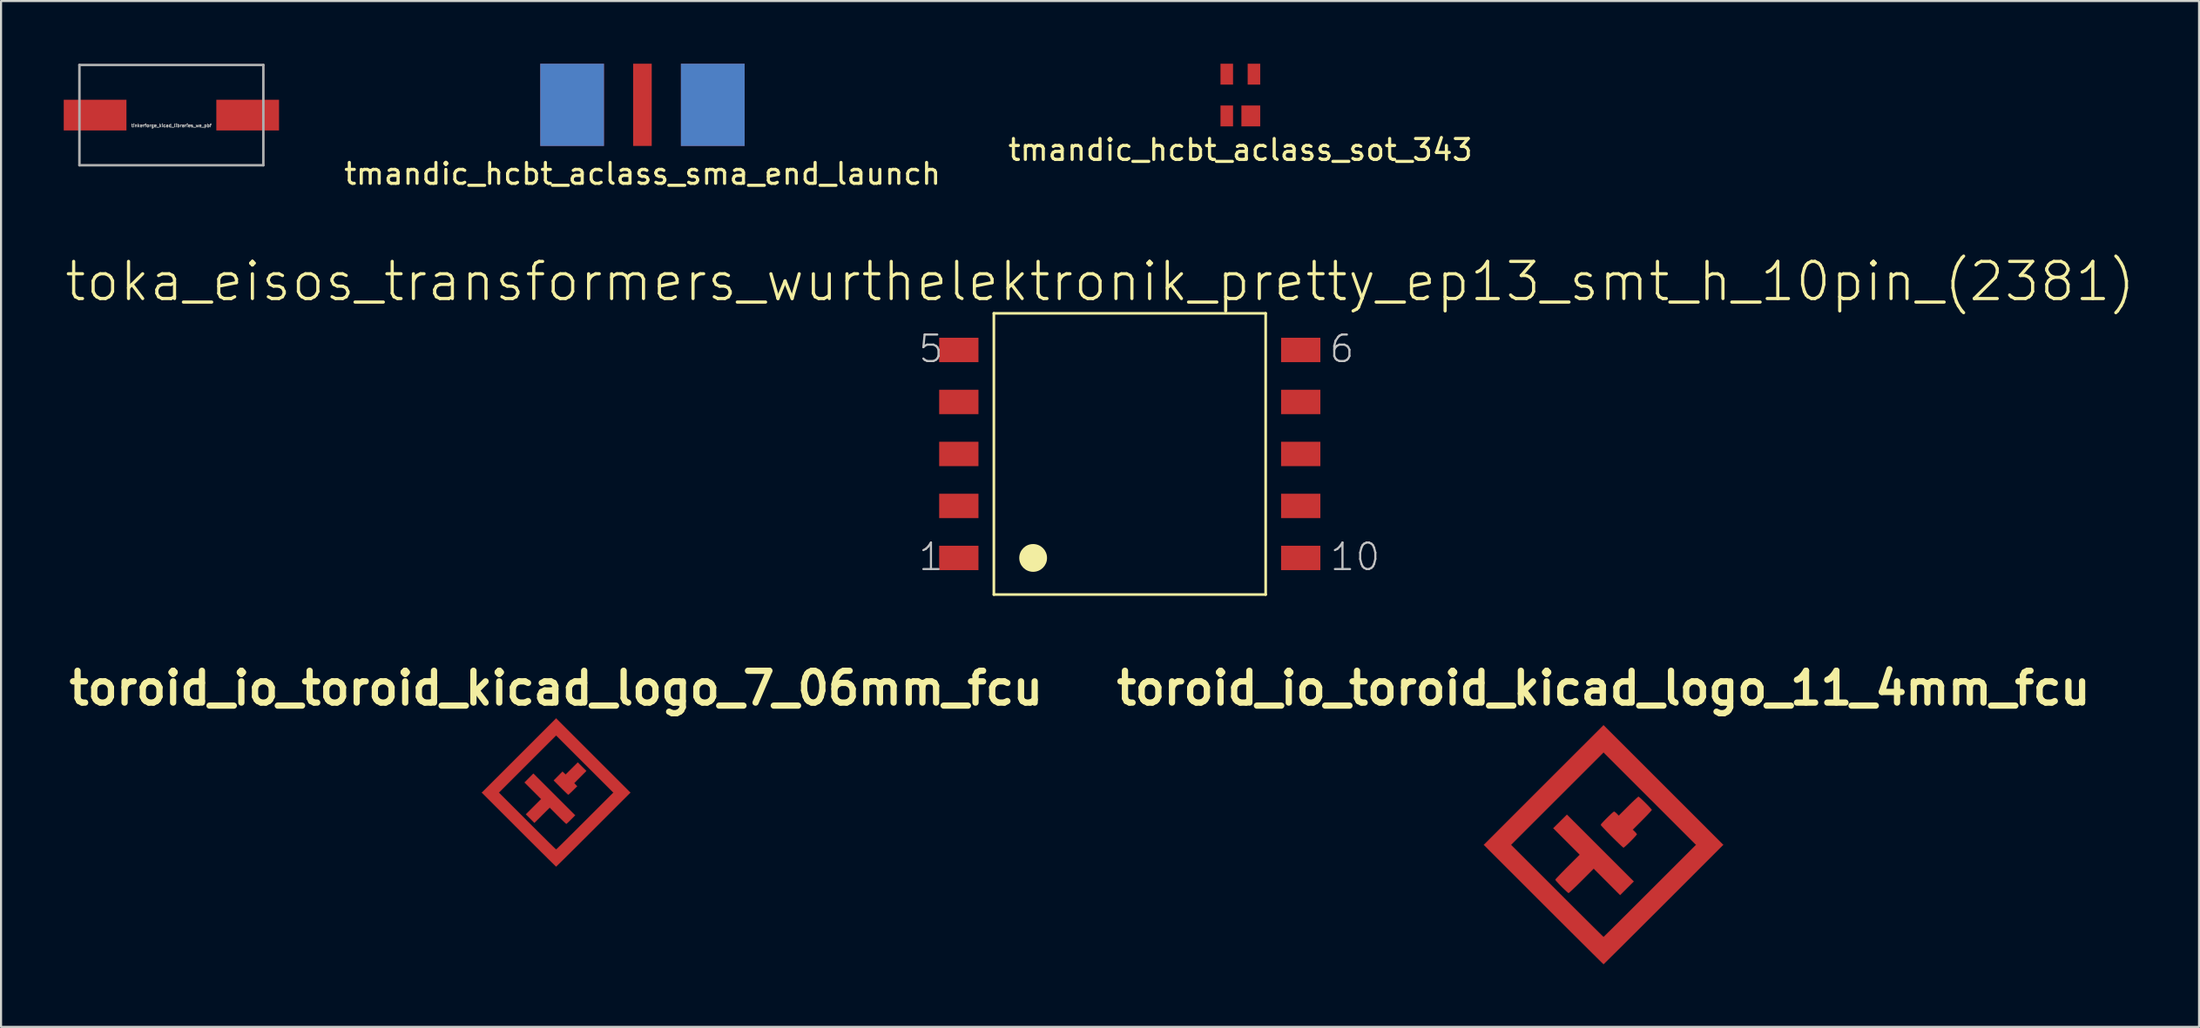
<source format=kicad_pcb>
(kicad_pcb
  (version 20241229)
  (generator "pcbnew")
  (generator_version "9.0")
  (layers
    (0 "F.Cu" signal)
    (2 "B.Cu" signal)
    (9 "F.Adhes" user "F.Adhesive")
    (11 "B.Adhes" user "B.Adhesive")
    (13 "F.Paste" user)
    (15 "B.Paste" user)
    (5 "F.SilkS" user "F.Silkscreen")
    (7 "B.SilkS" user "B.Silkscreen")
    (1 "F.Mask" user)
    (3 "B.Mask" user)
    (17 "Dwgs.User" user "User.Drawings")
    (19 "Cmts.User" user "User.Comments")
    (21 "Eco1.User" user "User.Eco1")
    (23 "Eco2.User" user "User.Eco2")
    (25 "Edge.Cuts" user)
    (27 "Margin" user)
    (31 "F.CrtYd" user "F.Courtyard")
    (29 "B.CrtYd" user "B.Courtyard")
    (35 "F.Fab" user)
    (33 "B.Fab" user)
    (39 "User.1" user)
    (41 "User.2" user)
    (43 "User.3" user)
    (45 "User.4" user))
  (footprint "toroid_io_toroid_kicad_logo_7_06mm_fcu"
    (layer "F.Cu")
    (at 23.557 34.894)
    (property "Reference" "toroid_io_toroid_kicad_logo_7_06mm_fcu" (at 0 -5 0) (layer "F.SilkS") (effects (font (size 1.524 1.524) (thickness 0.3))))
    (attr through_hole)
    (fp_poly (pts (xy 1.24 -1.24) (xy 1.443 -1.038) (xy 0.863 -0.456) (xy 1.004 -0.305) (xy 0.801 -0.104) (xy 0.709 -0.014) (xy 0.635 0.055) (xy 0.59 0.093) (xy 0.582 0.097) (xy 0.555 0.076) (xy 0.491 0.016) (xy 0.398 -0.074) (xy 0.284 -0.186) (xy 0.227 -0.243) (xy -0.112 -0.584) (xy 0.097 -0.794) (xy 0.305 -1.004) (xy 0.381 -0.934) (xy 0.456 -0.863) (xy 1.038 -1.443) (xy 1.24 -1.24)) (stroke (width 0.01) (type solid)) (fill yes) (layer "F.Cu"))
    (fp_poly (pts (xy -0.09 0.088) (xy 0.908 1.086) (xy 0.706 1.289) (xy 0.614 1.38) (xy 0.54 1.45) (xy 0.495 1.488) (xy 0.487 1.492) (xy 0.459 1.47) (xy 0.394 1.41) (xy 0.299 1.318) (xy 0.182 1.203) (xy 0.081 1.103) (xy -0.307 0.714) (xy -0.673 1.078) (xy -1.038 1.443) (xy -1.443 1.038) (xy -0.714 0.309) (xy -1.11 -0.089) (xy -1.507 -0.486) (xy -1.297 -0.698) (xy -1.088 -0.909) (xy -0.09 0.088)) (stroke (width 0.01) (type solid)) (fill yes) (layer "F.Cu"))
    (fp_poly (pts (xy 1.776 -1.776) (xy 3.552 -0.000074) (xy 1.784 1.768) (xy 1.504 2.048) (xy 1.236 2.315) (xy 0.986 2.565) (xy 0.756 2.793) (xy 0.55 2.998) (xy 0.371 3.175) (xy 0.223 3.321) (xy 0.11 3.431) (xy 0.035 3.504) (xy 0.001 3.535) (xy 0 3.536) (xy -0.025 3.514) (xy -0.092 3.449) (xy -0.198 3.345) (xy -0.34 3.206) (xy -0.512 3.035) (xy -0.714 2.835) (xy -0.939 2.611) (xy -1.186 2.365) (xy -1.45 2.102) (xy -1.729 1.824) (xy -1.784 1.768) (xy -3.552 -0.000074) (xy -3.552 -0.000097) (xy -2.741 -0.000097) (xy -1.379 1.362) (xy -1.133 1.608) (xy -0.901 1.839) (xy -0.687 2.052) (xy -0.494 2.243) (xy -0.328 2.408) (xy -0.191 2.542) (xy -0.088 2.643) (xy -0.023 2.705) (xy 0 2.725) (xy 0.025 2.703) (xy 0.092 2.638) (xy 0.197 2.536) (xy 0.336 2.4) (xy 0.504 2.234) (xy 0.697 2.042) (xy 0.913 1.828) (xy 1.145 1.595) (xy 1.379 1.362) (xy 2.741 -0.000097) (xy 0 -2.741) (xy -1.37 -1.371) (xy -2.741 -0.000097) (xy -3.552 -0.000097) (xy -1.776 -1.776) (xy 0 -3.552) (xy 1.776 -1.776)) (stroke (width 0.01) (type solid)) (fill yes) (layer "F.Cu")))
  (footprint "tmandic_hcbt_aclass_sma_end_launch"
    (layer "F.Cu")
    (at 27.687 1.968)
    (property "Reference" "tmandic_hcbt_aclass_sma_end_launch" (at 0 3.302 0) (layer "F.SilkS") (effects (font (size 1 1) (thickness 0.15))))
    (attr through_hole)
    (pad "1" smd rect (at 0 0) (size 0.889 3.937) (layers "F.Cu" "F.Mask" "F.Paste"))
    (pad "2" smd rect (at -3.365 0) (size 3.048 3.937) (layers "F.Cu" "F.Mask" "F.Paste"))
    (pad "2" smd rect (at -3.365 0) (size 3.048 3.937) (layers "B.Cu" "B.Mask" "B.Paste"))
    (pad "2" smd rect (at 3.365 0) (size 3.048 3.937) (layers "F.Cu" "F.Mask" "F.Paste"))
    (pad "2" smd rect (at 3.365 0) (size 3.048 3.937) (layers "B.Cu" "B.Mask" "B.Paste")))
  (footprint "tinkerforge_kicad_libraries_we_pbf"
    (layer "F.Cu")
    (at 5.15 2.46)
    (property "Reference" "tinkerforge_kicad_libraries_we_pbf" (at 0 0.5 0) (layer "F.Fab") (effects (font (size 0.15 0.15) (thickness 0.037))))
    (attr through_hole)
    (fp_line (start -4.4 -2.4) (end 4.4 -2.4) (stroke (width 0.12) (type solid)) (layer "F.Fab"))
    (fp_line (start -4.4 2.4) (end -4.4 -2.4) (stroke (width 0.12) (type solid)) (layer "F.Fab"))
    (fp_line (start 4.4 -2.4) (end 4.4 2.4) (stroke (width 0.12) (type solid)) (layer "F.Fab"))
    (fp_line (start 4.4 2.4) (end -4.4 2.4) (stroke (width 0.12) (type solid)) (layer "F.Fab"))
    (pad "1" smd rect (at -3.65 0) (size 3 1.47) (layers "F.Cu" "F.Mask" "F.Paste"))
    (pad "2" smd rect (at 3.65 0) (size 3 1.47) (layers "F.Cu" "F.Mask" "F.Paste")))
  (footprint "tmandic_hcbt_aclass_sot_343"
    (layer "F.Cu")
    (at 56.294 1.5)
    (property "Reference" "tmandic_hcbt_aclass_sot_343" (at 0 2.625 0) (layer "F.SilkS") (effects (font (size 1 1) (thickness 0.15))))
    (attr through_hole)
    (pad "1" smd rect (at -0.65 1) (size 0.6 1) (layers "F.Cu" "F.Mask" "F.Paste"))
    (pad "2" smd rect (at 0.5 1) (size 0.9 1) (layers "F.Cu" "F.Mask" "F.Paste"))
    (pad "3" smd rect (at 0.65 -1) (size 0.6 1) (layers "F.Cu" "F.Mask" "F.Paste"))
    (pad "4" smd rect (at -0.65 -1) (size 0.6 1) (layers "F.Cu" "F.Mask" "F.Paste")))
  (footprint "toka_eisos_transformers_wurthelektronik_pretty_ep13_smt_h_10pin_(2381)"
    (layer "F.Cu")
    (at 51.003 18.681)
    (property "Reference" "toka_eisos_transformers_wurthelektronik_pretty_ep13_smt_h_10pin_(2381)" (at -1.422 -8.255 0) (layer "F.SilkS") (effects (font (size 1.778 1.778) (thickness 0.152))))
    (attr smd)
    (fp_line (start -6.502 -6.731) (end -6.502 6.731) (stroke (width 0.127) (type solid)) (layer "F.SilkS"))
    (fp_line (start -6.502 -6.731) (end 6.502 -6.731) (stroke (width 0.127) (type solid)) (layer "F.SilkS"))
    (fp_line (start -6.502 6.731) (end 6.502 6.731) (stroke (width 0.127) (type solid)) (layer "F.SilkS"))
    (fp_line (start 6.502 -6.731) (end 6.502 6.731) (stroke (width 0.127) (type solid)) (layer "F.SilkS"))
    (fp_circle (center -4.623 4.978) (end -5.093 5.448) (stroke (width 0) (type solid)) (fill yes) (layer "F.SilkS"))
    (fp_text user "10" (at 10.782 4.928 0) (layer "Dwgs.User") (effects (font (size 1.27 1.27) (thickness 0.102))))
    (fp_text user "1" (at -9.512 4.928 0) (layer "Dwgs.User") (effects (font (size 1.27 1.27) (thickness 0.102))))
    (fp_text user "6" (at 10.147 -5.029 0) (layer "Dwgs.User") (effects (font (size 1.27 1.27) (thickness 0.102))))
    (fp_text user "5" (at -9.512 -5.029 0) (layer "Dwgs.User") (effects (font (size 1.27 1.27) (thickness 0.102))))
    (pad "1" smd rect (at -8.179 4.978) (size 1.88 1.168) (layers "F.Cu" "F.Mask" "F.Paste"))
    (pad "2" smd rect (at -8.179 2.489) (size 1.88 1.168) (layers "F.Cu" "F.Mask" "F.Paste"))
    (pad "3" smd rect (at -8.179 0) (size 1.88 1.168) (layers "F.Cu" "F.Mask" "F.Paste"))
    (pad "4" smd rect (at -8.179 -2.489) (size 1.88 1.168) (layers "F.Cu" "F.Mask" "F.Paste"))
    (pad "5" smd rect (at -8.179 -4.978) (size 1.88 1.168) (layers "F.Cu" "F.Mask" "F.Paste"))
    (pad "6" smd rect (at 8.179 -4.978) (size 1.88 1.168) (layers "F.Cu" "F.Mask" "F.Paste"))
    (pad "7" smd rect (at 8.179 -2.489) (size 1.88 1.168) (layers "F.Cu" "F.Mask" "F.Paste"))
    (pad "8" smd rect (at 8.179 0) (size 1.88 1.168) (layers "F.Cu" "F.Mask" "F.Paste"))
    (pad "9" smd rect (at 8.179 2.489) (size 1.88 1.168) (layers "F.Cu" "F.Mask" "F.Paste"))
    (pad "10" smd rect (at 8.179 4.978) (size 1.88 1.168) (layers "F.Cu" "F.Mask" "F.Paste")))
  (footprint "toroid_io_toroid_kicad_logo_11_4mm_fcu"
    (layer "F.Cu")
    (at 73.67 37.394)
    (property "Reference" "toroid_io_toroid_kicad_logo_11_4mm_fcu" (at 0 -7.5 0) (layer "F.SilkS") (effects (font (size 1.524 1.524) (thickness 0.3))))
    (attr through_hole)
    (fp_poly (pts (xy 1.443 1.752) (xy 1.119 2.076) (xy 0.794 2.401) (xy -0.47 1.135) (xy -1.054 1.719) (xy -1.214 1.878) (xy -1.36 2.02) (xy -1.486 2.14) (xy -1.584 2.231) (xy -1.648 2.287) (xy -1.672 2.303) (xy -1.707 2.281) (xy -1.775 2.222) (xy -1.866 2.137) (xy -1.97 2.036) (xy -2.075 1.93) (xy -2.171 1.829) (xy -2.248 1.745) (xy -2.294 1.687) (xy -2.303 1.67) (xy -2.281 1.639) (xy -2.219 1.569) (xy -2.123 1.467) (xy -1.999 1.338) (xy -1.854 1.19) (xy -1.719 1.054) (xy -1.135 0.471) (xy -1.768 -0.162) (xy -2.401 -0.796) (xy -2.076 -1.119) (xy -1.751 -1.443) (xy 1.443 1.752)) (stroke (width 0.01) (type solid)) (fill yes) (layer "F.Cu"))
    (fp_poly (pts (xy 1.706 -2.281) (xy 1.775 -2.222) (xy 1.866 -2.137) (xy 1.97 -2.036) (xy 2.075 -1.93) (xy 2.171 -1.83) (xy 2.248 -1.745) (xy 2.294 -1.688) (xy 2.303 -1.67) (xy 2.281 -1.639) (xy 2.22 -1.569) (xy 2.127 -1.469) (xy 2.008 -1.345) (xy 1.871 -1.206) (xy 1.848 -1.183) (xy 1.393 -0.727) (xy 1.491 -0.633) (xy 1.553 -0.567) (xy 1.587 -0.515) (xy 1.59 -0.504) (xy 1.567 -0.469) (xy 1.509 -0.4) (xy 1.423 -0.308) (xy 1.322 -0.204) (xy 1.216 -0.098) (xy 1.115 -0.002) (xy 1.031 0.075) (xy 0.974 0.121) (xy 0.956 0.13) (xy 0.925 0.108) (xy 0.855 0.046) (xy 0.753 -0.049) (xy 0.627 -0.171) (xy 0.482 -0.313) (xy 0.397 -0.398) (xy 0.247 -0.55) (xy 0.113 -0.687) (xy 0.003 -0.804) (xy -0.078 -0.892) (xy -0.123 -0.946) (xy -0.13 -0.958) (xy -0.108 -0.993) (xy -0.049 -1.062) (xy 0.037 -1.153) (xy 0.138 -1.257) (xy 0.245 -1.362) (xy 0.346 -1.458) (xy 0.43 -1.534) (xy 0.488 -1.581) (xy 0.505 -1.59) (xy 0.547 -1.568) (xy 0.611 -1.514) (xy 0.633 -1.491) (xy 0.727 -1.393) (xy 1.183 -1.848) (xy 1.324 -1.988) (xy 1.451 -2.11) (xy 1.556 -2.207) (xy 1.631 -2.274) (xy 1.669 -2.303) (xy 1.672 -2.303) (xy 1.706 -2.281)) (stroke (width 0.01) (type solid)) (fill yes) (layer "F.Cu"))
    (fp_poly (pts (xy 2.863 -2.863) (xy 5.725 -0.000047) (xy 2.871 2.855) (xy 2.513 3.213) (xy 2.167 3.558) (xy 1.838 3.887) (xy 1.526 4.198) (xy 1.235 4.487) (xy 0.969 4.753) (xy 0.728 4.992) (xy 0.517 5.201) (xy 0.339 5.378) (xy 0.195 5.52) (xy 0.088 5.625) (xy 0.023 5.689) (xy 0 5.709) (xy -0.025 5.687) (xy -0.092 5.621) (xy -0.2 5.515) (xy -0.346 5.371) (xy -0.526 5.193) (xy -0.738 4.982) (xy -0.979 4.742) (xy -1.247 4.475) (xy -1.539 4.185) (xy -1.851 3.873) (xy -2.182 3.543) (xy -2.528 3.198) (xy -2.871 2.855) (xy -5.725 -0.000047) (xy -5.725 -0.00006) (xy -4.428 -0.00006) (xy -2.222 2.206) (xy -1.908 2.52) (xy -1.607 2.82) (xy -1.322 3.105) (xy -1.056 3.369) (xy -0.813 3.611) (xy -0.596 3.827) (xy -0.407 4.014) (xy -0.251 4.168) (xy -0.129 4.288) (xy -0.046 4.369) (xy -0.004 4.408) (xy 0 4.412) (xy 0.025 4.389) (xy 0.092 4.324) (xy 0.199 4.219) (xy 0.343 4.078) (xy 0.519 3.903) (xy 0.726 3.698) (xy 0.959 3.466) (xy 1.216 3.21) (xy 1.494 2.933) (xy 1.789 2.639) (xy 2.099 2.329) (xy 2.222 2.206) (xy 4.428 -0.00006) (xy 0 -4.428) (xy -2.214 -2.214) (xy -4.428 -0.00006) (xy -5.725 -0.00006) (xy -2.863 -2.863) (xy 0 -5.725) (xy 2.863 -2.863)) (stroke (width 0.01) (type solid)) (fill yes) (layer "F.Cu")))
  (gr_rect
    (start -3 -3)
    (end 102.162 46.108)
    (stroke (width 0.1) (type default))
    (fill no)
    (layer "Edge.Cuts")))
</source>
